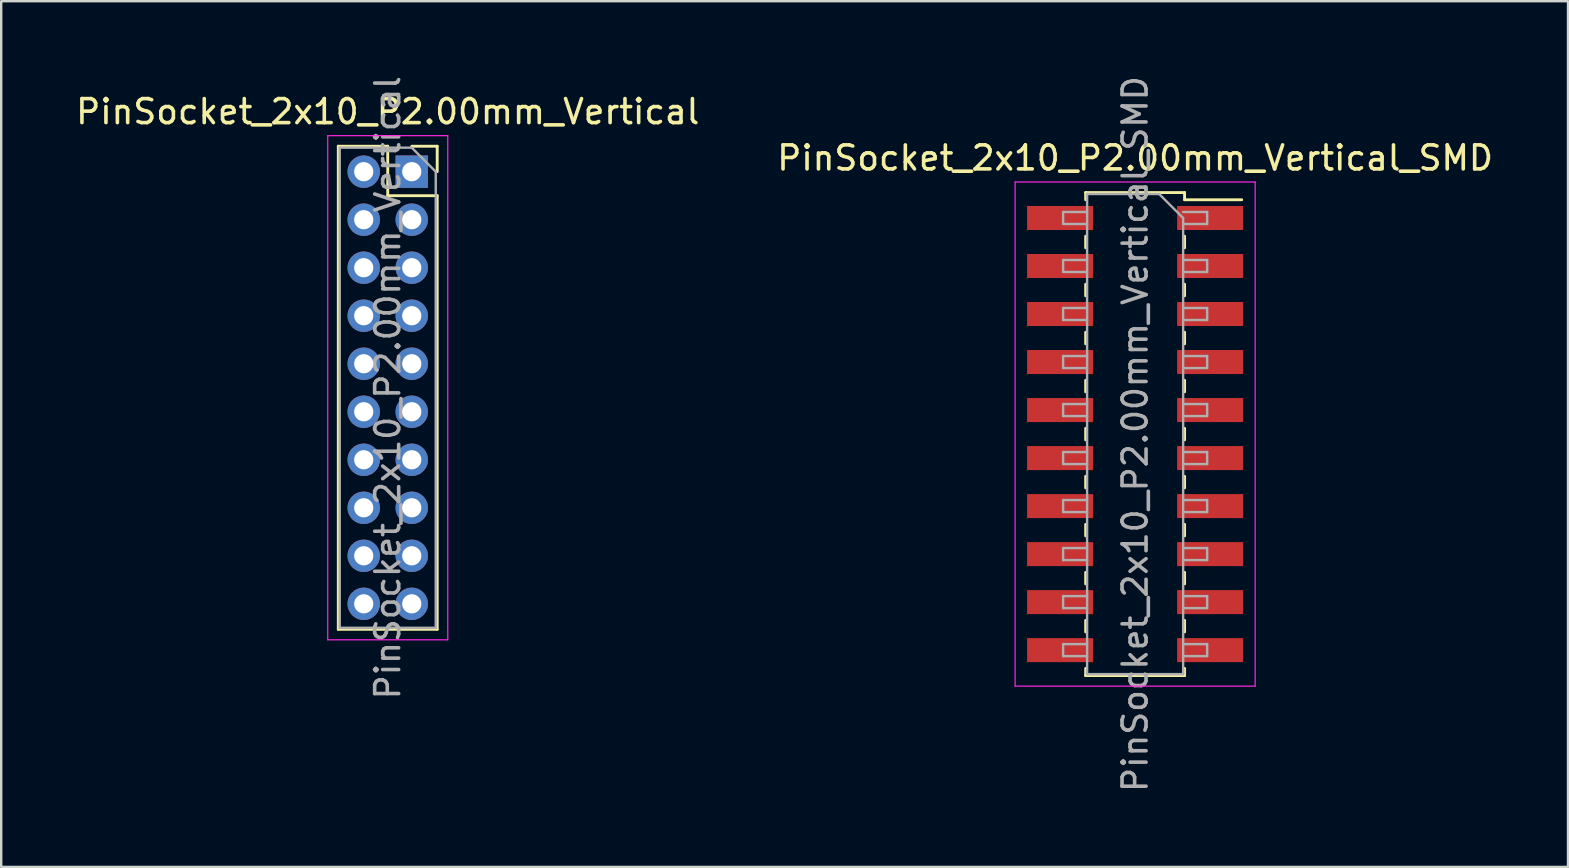
<source format=kicad_pcb>
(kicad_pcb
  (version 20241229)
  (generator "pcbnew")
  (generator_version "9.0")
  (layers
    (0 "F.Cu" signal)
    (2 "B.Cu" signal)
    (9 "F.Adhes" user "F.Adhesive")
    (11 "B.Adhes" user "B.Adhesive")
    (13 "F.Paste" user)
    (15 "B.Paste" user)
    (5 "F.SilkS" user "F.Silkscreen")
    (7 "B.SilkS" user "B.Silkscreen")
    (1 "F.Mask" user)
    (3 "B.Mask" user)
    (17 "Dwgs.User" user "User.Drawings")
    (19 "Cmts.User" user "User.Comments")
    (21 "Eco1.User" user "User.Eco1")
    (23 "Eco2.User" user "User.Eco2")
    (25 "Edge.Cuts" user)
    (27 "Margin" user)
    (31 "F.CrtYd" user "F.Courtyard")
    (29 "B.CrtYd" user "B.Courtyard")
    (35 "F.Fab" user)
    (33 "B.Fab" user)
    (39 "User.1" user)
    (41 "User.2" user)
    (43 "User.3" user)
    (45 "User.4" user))
  (footprint "PinSocket_2x10_P2.00mm_Vertical_SMD"
    (layer "F.Cu")
    (at 44.232 15.03)
    (property "Reference" "PinSocket_2x10_P2.00mm_Vertical_SMD" (at 0 -11.5 0) (layer "F.SilkS") (effects (font (size 1 1) (thickness 0.15))))
    (attr smd)
    (fp_line (start -2.06 -10.06) (end -2.06 -9.76) (stroke (width 0.12) (type solid)) (layer "F.SilkS"))
    (fp_line (start -2.06 -10.06) (end 2.06 -10.06) (stroke (width 0.12) (type solid)) (layer "F.SilkS"))
    (fp_line (start -2.06 -8.24) (end -2.06 -7.76) (stroke (width 0.12) (type solid)) (layer "F.SilkS"))
    (fp_line (start -2.06 -6.24) (end -2.06 -5.76) (stroke (width 0.12) (type solid)) (layer "F.SilkS"))
    (fp_line (start -2.06 -4.24) (end -2.06 -3.76) (stroke (width 0.12) (type solid)) (layer "F.SilkS"))
    (fp_line (start -2.06 -2.24) (end -2.06 -1.76) (stroke (width 0.12) (type solid)) (layer "F.SilkS"))
    (fp_line (start -2.06 -0.24) (end -2.06 0.24) (stroke (width 0.12) (type solid)) (layer "F.SilkS"))
    (fp_line (start -2.06 1.76) (end -2.06 2.24) (stroke (width 0.12) (type solid)) (layer "F.SilkS"))
    (fp_line (start -2.06 3.76) (end -2.06 4.24) (stroke (width 0.12) (type solid)) (layer "F.SilkS"))
    (fp_line (start -2.06 5.76) (end -2.06 6.24) (stroke (width 0.12) (type solid)) (layer "F.SilkS"))
    (fp_line (start -2.06 7.76) (end -2.06 8.24) (stroke (width 0.12) (type solid)) (layer "F.SilkS"))
    (fp_line (start -2.06 9.76) (end -2.06 10.06) (stroke (width 0.12) (type solid)) (layer "F.SilkS"))
    (fp_line (start -2.06 10.06) (end 2.06 10.06) (stroke (width 0.12) (type solid)) (layer "F.SilkS"))
    (fp_line (start 2.06 -10.06) (end 2.06 -9.76) (stroke (width 0.12) (type solid)) (layer "F.SilkS"))
    (fp_line (start 2.06 -9.76) (end 4.44 -9.76) (stroke (width 0.12) (type solid)) (layer "F.SilkS"))
    (fp_line (start 2.06 -8.24) (end 2.06 -7.76) (stroke (width 0.12) (type solid)) (layer "F.SilkS"))
    (fp_line (start 2.06 -6.24) (end 2.06 -5.76) (stroke (width 0.12) (type solid)) (layer "F.SilkS"))
    (fp_line (start 2.06 -4.24) (end 2.06 -3.76) (stroke (width 0.12) (type solid)) (layer "F.SilkS"))
    (fp_line (start 2.06 -2.24) (end 2.06 -1.76) (stroke (width 0.12) (type solid)) (layer "F.SilkS"))
    (fp_line (start 2.06 -0.24) (end 2.06 0.24) (stroke (width 0.12) (type solid)) (layer "F.SilkS"))
    (fp_line (start 2.06 1.76) (end 2.06 2.24) (stroke (width 0.12) (type solid)) (layer "F.SilkS"))
    (fp_line (start 2.06 3.76) (end 2.06 4.24) (stroke (width 0.12) (type solid)) (layer "F.SilkS"))
    (fp_line (start 2.06 5.76) (end 2.06 6.24) (stroke (width 0.12) (type solid)) (layer "F.SilkS"))
    (fp_line (start 2.06 7.76) (end 2.06 8.24) (stroke (width 0.12) (type solid)) (layer "F.SilkS"))
    (fp_line (start 2.06 9.76) (end 2.06 10.06) (stroke (width 0.12) (type solid)) (layer "F.SilkS"))
    (fp_line (start -5 -10.5) (end 5 -10.5) (stroke (width 0.05) (type solid)) (layer "F.CrtYd"))
    (fp_line (start -5 10.5) (end -5 -10.5) (stroke (width 0.05) (type solid)) (layer "F.CrtYd"))
    (fp_line (start 5 -10.5) (end 5 10.5) (stroke (width 0.05) (type solid)) (layer "F.CrtYd"))
    (fp_line (start 5 10.5) (end -5 10.5) (stroke (width 0.05) (type solid)) (layer "F.CrtYd"))
    (fp_line (start -3 -9.25) (end -2 -9.25) (stroke (width 0.1) (type solid)) (layer "F.Fab"))
    (fp_line (start -3 -8.75) (end -3 -9.25) (stroke (width 0.1) (type solid)) (layer "F.Fab"))
    (fp_line (start -3 -7.25) (end -2 -7.25) (stroke (width 0.1) (type solid)) (layer "F.Fab"))
    (fp_line (start -3 -6.75) (end -3 -7.25) (stroke (width 0.1) (type solid)) (layer "F.Fab"))
    (fp_line (start -3 -5.25) (end -2 -5.25) (stroke (width 0.1) (type solid)) (layer "F.Fab"))
    (fp_line (start -3 -4.75) (end -3 -5.25) (stroke (width 0.1) (type solid)) (layer "F.Fab"))
    (fp_line (start -3 -3.25) (end -2 -3.25) (stroke (width 0.1) (type solid)) (layer "F.Fab"))
    (fp_line (start -3 -2.75) (end -3 -3.25) (stroke (width 0.1) (type solid)) (layer "F.Fab"))
    (fp_line (start -3 -1.25) (end -2 -1.25) (stroke (width 0.1) (type solid)) (layer "F.Fab"))
    (fp_line (start -3 -0.75) (end -3 -1.25) (stroke (width 0.1) (type solid)) (layer "F.Fab"))
    (fp_line (start -3 0.75) (end -2 0.75) (stroke (width 0.1) (type solid)) (layer "F.Fab"))
    (fp_line (start -3 1.25) (end -3 0.75) (stroke (width 0.1) (type solid)) (layer "F.Fab"))
    (fp_line (start -3 2.75) (end -2 2.75) (stroke (width 0.1) (type solid)) (layer "F.Fab"))
    (fp_line (start -3 3.25) (end -3 2.75) (stroke (width 0.1) (type solid)) (layer "F.Fab"))
    (fp_line (start -3 4.75) (end -2 4.75) (stroke (width 0.1) (type solid)) (layer "F.Fab"))
    (fp_line (start -3 5.25) (end -3 4.75) (stroke (width 0.1) (type solid)) (layer "F.Fab"))
    (fp_line (start -3 6.75) (end -2 6.75) (stroke (width 0.1) (type solid)) (layer "F.Fab"))
    (fp_line (start -3 7.25) (end -3 6.75) (stroke (width 0.1) (type solid)) (layer "F.Fab"))
    (fp_line (start -3 8.75) (end -2 8.75) (stroke (width 0.1) (type solid)) (layer "F.Fab"))
    (fp_line (start -3 9.25) (end -3 8.75) (stroke (width 0.1) (type solid)) (layer "F.Fab"))
    (fp_line (start -2 -10) (end 1 -10) (stroke (width 0.1) (type solid)) (layer "F.Fab"))
    (fp_line (start -2 -8.75) (end -3 -8.75) (stroke (width 0.1) (type solid)) (layer "F.Fab"))
    (fp_line (start -2 -6.75) (end -3 -6.75) (stroke (width 0.1) (type solid)) (layer "F.Fab"))
    (fp_line (start -2 -4.75) (end -3 -4.75) (stroke (width 0.1) (type solid)) (layer "F.Fab"))
    (fp_line (start -2 -2.75) (end -3 -2.75) (stroke (width 0.1) (type solid)) (layer "F.Fab"))
    (fp_line (start -2 -0.75) (end -3 -0.75) (stroke (width 0.1) (type solid)) (layer "F.Fab"))
    (fp_line (start -2 1.25) (end -3 1.25) (stroke (width 0.1) (type solid)) (layer "F.Fab"))
    (fp_line (start -2 3.25) (end -3 3.25) (stroke (width 0.1) (type solid)) (layer "F.Fab"))
    (fp_line (start -2 5.25) (end -3 5.25) (stroke (width 0.1) (type solid)) (layer "F.Fab"))
    (fp_line (start -2 7.25) (end -3 7.25) (stroke (width 0.1) (type solid)) (layer "F.Fab"))
    (fp_line (start -2 9.25) (end -3 9.25) (stroke (width 0.1) (type solid)) (layer "F.Fab"))
    (fp_line (start -2 10) (end -2 -10) (stroke (width 0.1) (type solid)) (layer "F.Fab"))
    (fp_line (start 1 -10) (end 2 -9) (stroke (width 0.1) (type solid)) (layer "F.Fab"))
    (fp_line (start 2 -9.25) (end 3 -9.25) (stroke (width 0.1) (type solid)) (layer "F.Fab"))
    (fp_line (start 2 -9) (end 2 10) (stroke (width 0.1) (type solid)) (layer "F.Fab"))
    (fp_line (start 2 -7.25) (end 3 -7.25) (stroke (width 0.1) (type solid)) (layer "F.Fab"))
    (fp_line (start 2 -5.25) (end 3 -5.25) (stroke (width 0.1) (type solid)) (layer "F.Fab"))
    (fp_line (start 2 -3.25) (end 3 -3.25) (stroke (width 0.1) (type solid)) (layer "F.Fab"))
    (fp_line (start 2 -1.25) (end 3 -1.25) (stroke (width 0.1) (type solid)) (layer "F.Fab"))
    (fp_line (start 2 0.75) (end 3 0.75) (stroke (width 0.1) (type solid)) (layer "F.Fab"))
    (fp_line (start 2 2.75) (end 3 2.75) (stroke (width 0.1) (type solid)) (layer "F.Fab"))
    (fp_line (start 2 4.75) (end 3 4.75) (stroke (width 0.1) (type solid)) (layer "F.Fab"))
    (fp_line (start 2 6.75) (end 3 6.75) (stroke (width 0.1) (type solid)) (layer "F.Fab"))
    (fp_line (start 2 8.75) (end 3 8.75) (stroke (width 0.1) (type solid)) (layer "F.Fab"))
    (fp_line (start 2 10) (end -2 10) (stroke (width 0.1) (type solid)) (layer "F.Fab"))
    (fp_line (start 3 -9.25) (end 3 -8.75) (stroke (width 0.1) (type solid)) (layer "F.Fab"))
    (fp_line (start 3 -8.75) (end 2 -8.75) (stroke (width 0.1) (type solid)) (layer "F.Fab"))
    (fp_line (start 3 -7.25) (end 3 -6.75) (stroke (width 0.1) (type solid)) (layer "F.Fab"))
    (fp_line (start 3 -6.75) (end 2 -6.75) (stroke (width 0.1) (type solid)) (layer "F.Fab"))
    (fp_line (start 3 -5.25) (end 3 -4.75) (stroke (width 0.1) (type solid)) (layer "F.Fab"))
    (fp_line (start 3 -4.75) (end 2 -4.75) (stroke (width 0.1) (type solid)) (layer "F.Fab"))
    (fp_line (start 3 -3.25) (end 3 -2.75) (stroke (width 0.1) (type solid)) (layer "F.Fab"))
    (fp_line (start 3 -2.75) (end 2 -2.75) (stroke (width 0.1) (type solid)) (layer "F.Fab"))
    (fp_line (start 3 -1.25) (end 3 -0.75) (stroke (width 0.1) (type solid)) (layer "F.Fab"))
    (fp_line (start 3 -0.75) (end 2 -0.75) (stroke (width 0.1) (type solid)) (layer "F.Fab"))
    (fp_line (start 3 0.75) (end 3 1.25) (stroke (width 0.1) (type solid)) (layer "F.Fab"))
    (fp_line (start 3 1.25) (end 2 1.25) (stroke (width 0.1) (type solid)) (layer "F.Fab"))
    (fp_line (start 3 2.75) (end 3 3.25) (stroke (width 0.1) (type solid)) (layer "F.Fab"))
    (fp_line (start 3 3.25) (end 2 3.25) (stroke (width 0.1) (type solid)) (layer "F.Fab"))
    (fp_line (start 3 4.75) (end 3 5.25) (stroke (width 0.1) (type solid)) (layer "F.Fab"))
    (fp_line (start 3 5.25) (end 2 5.25) (stroke (width 0.1) (type solid)) (layer "F.Fab"))
    (fp_line (start 3 6.75) (end 3 7.25) (stroke (width 0.1) (type solid)) (layer "F.Fab"))
    (fp_line (start 3 7.25) (end 2 7.25) (stroke (width 0.1) (type solid)) (layer "F.Fab"))
    (fp_line (start 3 8.75) (end 3 9.25) (stroke (width 0.1) (type solid)) (layer "F.Fab"))
    (fp_line (start 3 9.25) (end 2 9.25) (stroke (width 0.1) (type solid)) (layer "F.Fab"))
    (fp_text user "${REFERENCE}" (at 0 0 90) (layer "F.Fab") (effects (font (size 1 1) (thickness 0.15))))
    (pad "1" smd rect (at 3.125 -9) (size 2.75 1) (layers "F.Cu" "F.Mask" "F.Paste"))
    (pad "2" smd rect (at -3.125 -9) (size 2.75 1) (layers "F.Cu" "F.Mask" "F.Paste"))
    (pad "3" smd rect (at 3.125 -7) (size 2.75 1) (layers "F.Cu" "F.Mask" "F.Paste"))
    (pad "4" smd rect (at -3.125 -7) (size 2.75 1) (layers "F.Cu" "F.Mask" "F.Paste"))
    (pad "5" smd rect (at 3.125 -5) (size 2.75 1) (layers "F.Cu" "F.Mask" "F.Paste"))
    (pad "6" smd rect (at -3.125 -5) (size 2.75 1) (layers "F.Cu" "F.Mask" "F.Paste"))
    (pad "7" smd rect (at 3.125 -3) (size 2.75 1) (layers "F.Cu" "F.Mask" "F.Paste"))
    (pad "8" smd rect (at -3.125 -3) (size 2.75 1) (layers "F.Cu" "F.Mask" "F.Paste"))
    (pad "9" smd rect (at 3.125 -1) (size 2.75 1) (layers "F.Cu" "F.Mask" "F.Paste"))
    (pad "10" smd rect (at -3.125 -1) (size 2.75 1) (layers "F.Cu" "F.Mask" "F.Paste"))
    (pad "11" smd rect (at 3.125 1) (size 2.75 1) (layers "F.Cu" "F.Mask" "F.Paste"))
    (pad "12" smd rect (at -3.125 1) (size 2.75 1) (layers "F.Cu" "F.Mask" "F.Paste"))
    (pad "13" smd rect (at 3.125 3) (size 2.75 1) (layers "F.Cu" "F.Mask" "F.Paste"))
    (pad "14" smd rect (at -3.125 3) (size 2.75 1) (layers "F.Cu" "F.Mask" "F.Paste"))
    (pad "15" smd rect (at 3.125 5) (size 2.75 1) (layers "F.Cu" "F.Mask" "F.Paste"))
    (pad "16" smd rect (at -3.125 5) (size 2.75 1) (layers "F.Cu" "F.Mask" "F.Paste"))
    (pad "17" smd rect (at 3.125 7) (size 2.75 1) (layers "F.Cu" "F.Mask" "F.Paste"))
    (pad "18" smd rect (at -3.125 7) (size 2.75 1) (layers "F.Cu" "F.Mask" "F.Paste"))
    (pad "19" smd rect (at 3.125 9) (size 2.75 1) (layers "F.Cu" "F.Mask" "F.Paste"))
    (pad "20" smd rect (at -3.125 9) (size 2.75 1) (layers "F.Cu" "F.Mask" "F.Paste")))
  (footprint "PinSocket_2x10_P2.00mm_Vertical"
    (layer "F.Cu")
    (at 14.101 4.101)
    (property "Reference" "PinSocket_2x10_P2.00mm_Vertical" (at -1 -2.5 0) (layer "F.SilkS") (effects (font (size 1 1) (thickness 0.15))))
    (attr through_hole)
    (fp_line (start -3.06 -1.06) (end -3.06 19.06) (stroke (width 0.12) (type solid)) (layer "F.SilkS"))
    (fp_line (start -3.06 -1.06) (end -1 -1.06) (stroke (width 0.12) (type solid)) (layer "F.SilkS"))
    (fp_line (start -3.06 19.06) (end 1.06 19.06) (stroke (width 0.12) (type solid)) (layer "F.SilkS"))
    (fp_line (start -1 -1.06) (end -1 1) (stroke (width 0.12) (type solid)) (layer "F.SilkS"))
    (fp_line (start -1 1) (end 1.06 1) (stroke (width 0.12) (type solid)) (layer "F.SilkS"))
    (fp_line (start 0 -1.06) (end 1.06 -1.06) (stroke (width 0.12) (type solid)) (layer "F.SilkS"))
    (fp_line (start 1.06 -1.06) (end 1.06 0) (stroke (width 0.12) (type solid)) (layer "F.SilkS"))
    (fp_line (start 1.06 1) (end 1.06 19.06) (stroke (width 0.12) (type solid)) (layer "F.SilkS"))
    (fp_line (start -3.5 -1.5) (end 1.5 -1.5) (stroke (width 0.05) (type solid)) (layer "F.CrtYd"))
    (fp_line (start -3.5 19.5) (end -3.5 -1.5) (stroke (width 0.05) (type solid)) (layer "F.CrtYd"))
    (fp_line (start 1.5 -1.5) (end 1.5 19.5) (stroke (width 0.05) (type solid)) (layer "F.CrtYd"))
    (fp_line (start 1.5 19.5) (end -3.5 19.5) (stroke (width 0.05) (type solid)) (layer "F.CrtYd"))
    (fp_line (start -3 -1) (end 0 -1) (stroke (width 0.1) (type solid)) (layer "F.Fab"))
    (fp_line (start -3 19) (end -3 -1) (stroke (width 0.1) (type solid)) (layer "F.Fab"))
    (fp_line (start 0 -1) (end 1 0) (stroke (width 0.1) (type solid)) (layer "F.Fab"))
    (fp_line (start 1 0) (end 1 19) (stroke (width 0.1) (type solid)) (layer "F.Fab"))
    (fp_line (start 1 19) (end -3 19) (stroke (width 0.1) (type solid)) (layer "F.Fab"))
    (fp_text user "${REFERENCE}" (at -1 9 90) (layer "F.Fab") (effects (font (size 1 1) (thickness 0.15))))
    (pad "1" thru_hole rect (at 0 0) (size 1.35 1.35) (drill 0.8) (layers "*.Cu" "*.Mask"))
    (pad "2" thru_hole oval (at -2 0) (size 1.35 1.35) (drill 0.8) (layers "*.Cu" "*.Mask"))
    (pad "3" thru_hole oval (at 0 2) (size 1.35 1.35) (drill 0.8) (layers "*.Cu" "*.Mask"))
    (pad "4" thru_hole oval (at -2 2) (size 1.35 1.35) (drill 0.8) (layers "*.Cu" "*.Mask"))
    (pad "5" thru_hole oval (at 0 4) (size 1.35 1.35) (drill 0.8) (layers "*.Cu" "*.Mask"))
    (pad "6" thru_hole oval (at -2 4) (size 1.35 1.35) (drill 0.8) (layers "*.Cu" "*.Mask"))
    (pad "7" thru_hole oval (at 0 6) (size 1.35 1.35) (drill 0.8) (layers "*.Cu" "*.Mask"))
    (pad "8" thru_hole oval (at -2 6) (size 1.35 1.35) (drill 0.8) (layers "*.Cu" "*.Mask"))
    (pad "9" thru_hole oval (at 0 8) (size 1.35 1.35) (drill 0.8) (layers "*.Cu" "*.Mask"))
    (pad "10" thru_hole oval (at -2 8) (size 1.35 1.35) (drill 0.8) (layers "*.Cu" "*.Mask"))
    (pad "11" thru_hole oval (at 0 10) (size 1.35 1.35) (drill 0.8) (layers "*.Cu" "*.Mask"))
    (pad "12" thru_hole oval (at -2 10) (size 1.35 1.35) (drill 0.8) (layers "*.Cu" "*.Mask"))
    (pad "13" thru_hole oval (at 0 12) (size 1.35 1.35) (drill 0.8) (layers "*.Cu" "*.Mask"))
    (pad "14" thru_hole oval (at -2 12) (size 1.35 1.35) (drill 0.8) (layers "*.Cu" "*.Mask"))
    (pad "15" thru_hole oval (at 0 14) (size 1.35 1.35) (drill 0.8) (layers "*.Cu" "*.Mask"))
    (pad "16" thru_hole oval (at -2 14) (size 1.35 1.35) (drill 0.8) (layers "*.Cu" "*.Mask"))
    (pad "17" thru_hole oval (at 0 16) (size 1.35 1.35) (drill 0.8) (layers "*.Cu" "*.Mask"))
    (pad "18" thru_hole oval (at -2 16) (size 1.35 1.35) (drill 0.8) (layers "*.Cu" "*.Mask"))
    (pad "19" thru_hole oval (at 0 18) (size 1.35 1.35) (drill 0.8) (layers "*.Cu" "*.Mask"))
    (pad "20" thru_hole oval (at -2 18) (size 1.35 1.35) (drill 0.8) (layers "*.Cu" "*.Mask")))
  (gr_rect
    (start -3 -3)
    (end 62.262 33.06)
    (stroke (width 0.1) (type default))
    (fill no)
    (layer "Edge.Cuts")))
</source>
